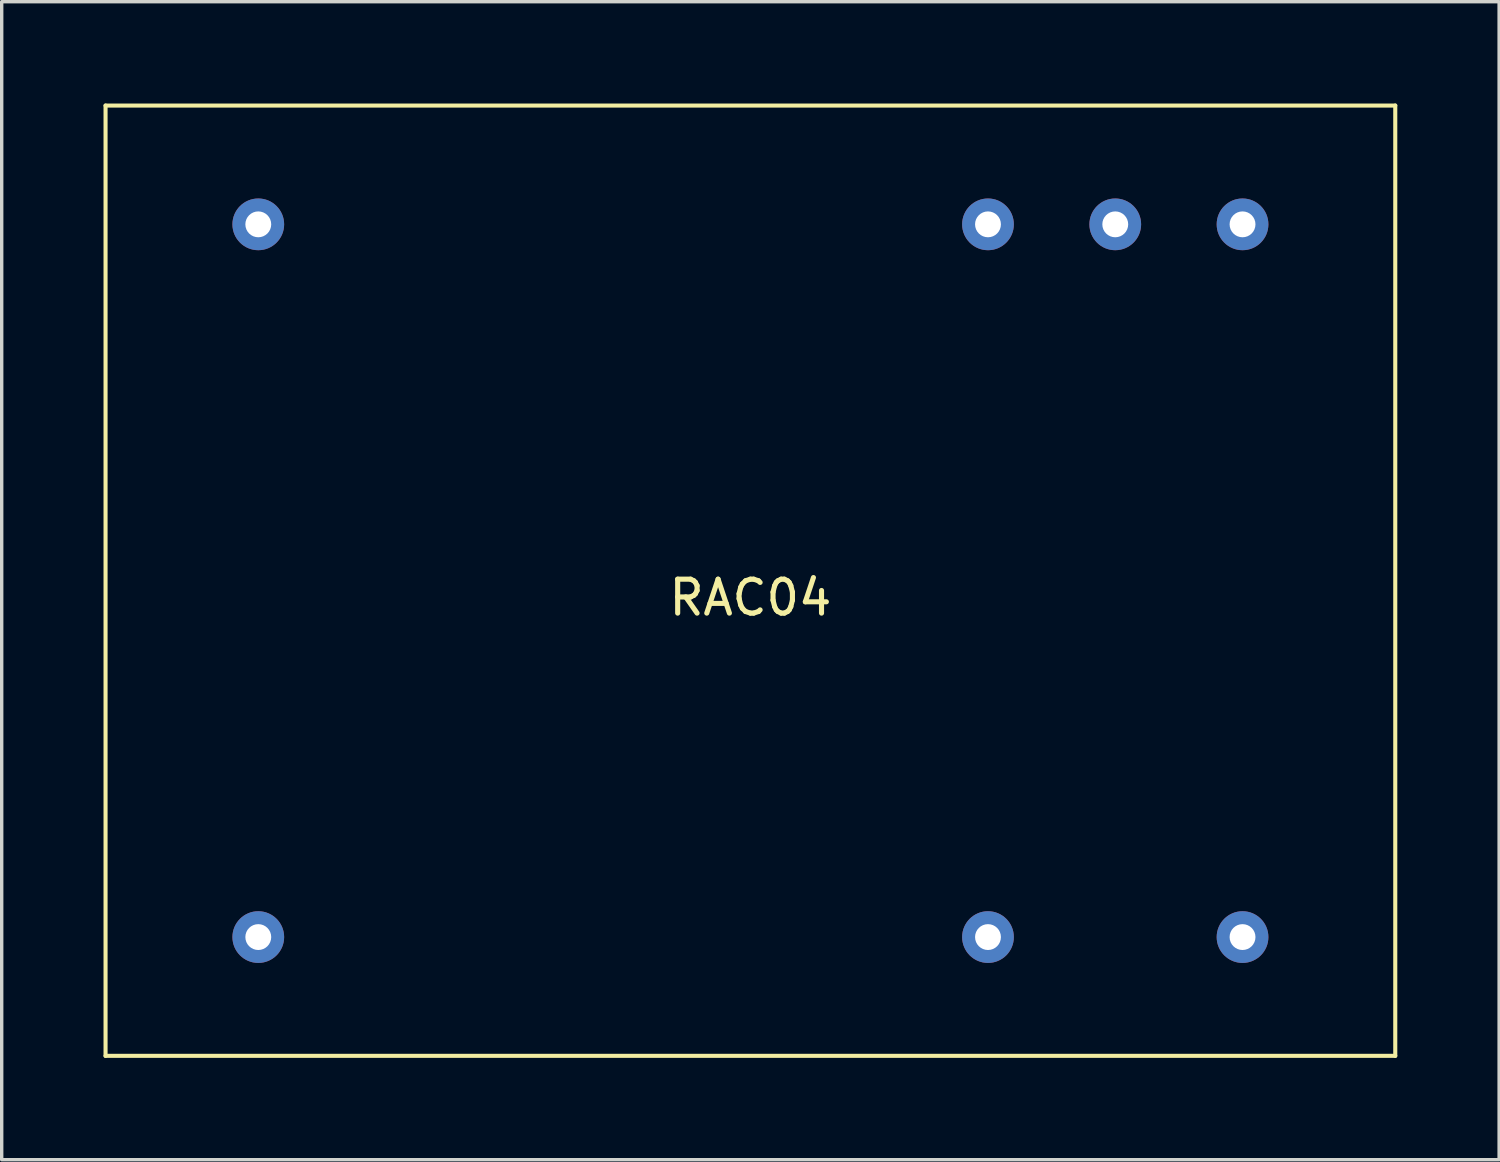
<source format=kicad_pcb>
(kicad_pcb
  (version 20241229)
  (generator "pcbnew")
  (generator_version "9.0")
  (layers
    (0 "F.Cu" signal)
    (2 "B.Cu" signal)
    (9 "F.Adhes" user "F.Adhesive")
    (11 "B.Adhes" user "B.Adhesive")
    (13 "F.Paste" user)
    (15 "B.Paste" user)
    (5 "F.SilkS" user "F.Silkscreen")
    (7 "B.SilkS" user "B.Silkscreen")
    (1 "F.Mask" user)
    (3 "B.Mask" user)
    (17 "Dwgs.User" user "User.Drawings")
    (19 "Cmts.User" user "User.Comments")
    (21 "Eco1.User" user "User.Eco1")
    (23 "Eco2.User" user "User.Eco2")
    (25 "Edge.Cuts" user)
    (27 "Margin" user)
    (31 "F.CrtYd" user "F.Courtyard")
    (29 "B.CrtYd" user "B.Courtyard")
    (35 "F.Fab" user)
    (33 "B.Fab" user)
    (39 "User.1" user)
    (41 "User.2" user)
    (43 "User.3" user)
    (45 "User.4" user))
  (footprint "RAC04"
    (layer "F.Cu")
    (at 19.06 14.06)
    (property "Reference" "RAC04" (at 0 0.5 0) (layer "F.SilkS") (effects (font (size 1 1) (thickness 0.15))))
    (attr through_hole)
    (fp_line (start -19 -14) (end 19 -14) (stroke (width 0.12) (type solid)) (layer "F.SilkS"))
    (fp_line (start -19 14) (end -19 -14) (stroke (width 0.12) (type solid)) (layer "F.SilkS"))
    (fp_line (start 19 -14) (end 19 14) (stroke (width 0.12) (type solid)) (layer "F.SilkS"))
    (fp_line (start 19 14) (end -19 14) (stroke (width 0.12) (type solid)) (layer "F.SilkS"))
    (pad "1" thru_hole circle (at -14.5 -10.5) (size 1.524 1.524) (drill 0.762) (layers "*.Cu" "*.Mask"))
    (pad "2" thru_hole circle (at 7 -10.5) (size 1.524 1.524) (drill 0.762) (layers "*.Cu" "*.Mask"))
    (pad "3" thru_hole circle (at 10.75 -10.5) (size 1.524 1.524) (drill 0.762) (layers "*.Cu" "*.Mask"))
    (pad "4" thru_hole circle (at 14.5 -10.5) (size 1.524 1.524) (drill 0.762) (layers "*.Cu" "*.Mask"))
    (pad "5" thru_hole circle (at 14.5 10.5) (size 1.524 1.524) (drill 0.762) (layers "*.Cu" "*.Mask"))
    (pad "6" thru_hole circle (at 7 10.5) (size 1.524 1.524) (drill 0.762) (layers "*.Cu" "*.Mask"))
    (pad "7" thru_hole circle (at -14.5 10.5) (size 1.524 1.524) (drill 0.762) (layers "*.Cu" "*.Mask")))
  (gr_rect
    (start -3 -3)
    (end 41.12 31.12)
    (stroke (width 0.1) (type default))
    (fill no)
    (layer "Edge.Cuts")))
</source>
